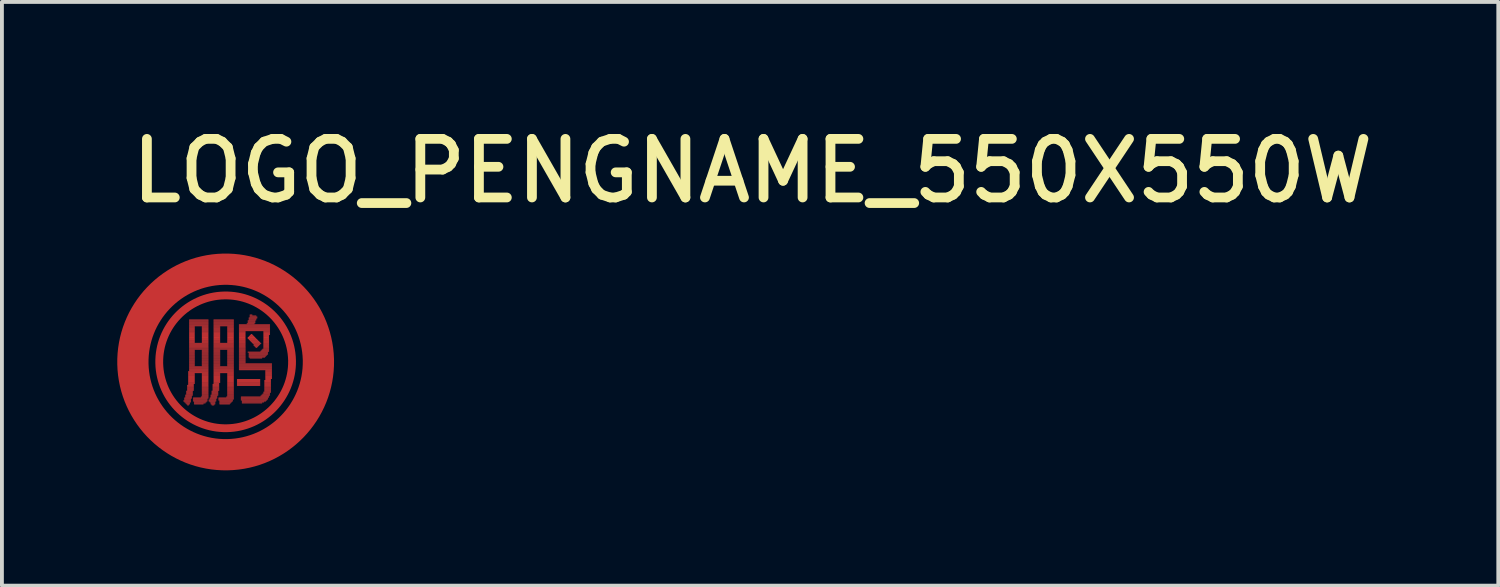
<source format=kicad_pcb>
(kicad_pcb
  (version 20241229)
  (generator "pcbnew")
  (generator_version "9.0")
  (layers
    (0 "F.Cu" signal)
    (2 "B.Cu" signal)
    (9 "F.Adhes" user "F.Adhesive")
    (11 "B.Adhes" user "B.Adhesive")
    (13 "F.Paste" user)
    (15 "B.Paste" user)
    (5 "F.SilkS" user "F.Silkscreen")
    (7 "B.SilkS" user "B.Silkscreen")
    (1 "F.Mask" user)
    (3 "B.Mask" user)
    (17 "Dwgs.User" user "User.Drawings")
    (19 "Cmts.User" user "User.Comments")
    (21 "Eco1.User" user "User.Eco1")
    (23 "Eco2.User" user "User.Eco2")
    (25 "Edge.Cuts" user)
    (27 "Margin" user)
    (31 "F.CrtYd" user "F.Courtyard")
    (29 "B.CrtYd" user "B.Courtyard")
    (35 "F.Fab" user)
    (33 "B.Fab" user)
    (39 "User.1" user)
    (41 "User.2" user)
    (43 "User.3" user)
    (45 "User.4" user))
  (footprint "LOGO_PENGNAME_550X550W"
    (layer "F.Cu")
    (at 2.819 6.363)
    (property "Reference" "LOGO_PENGNAME_550X550W" (at -2.578 -4.077 0) (unlocked yes) (layer "F.SilkS") (effects (font (size 1.524 1.524) (thickness 0.254)) (justify left bottom)))
    (attr allow_soldermask_bridges)
    (fp_line (start -1.092 1.016) (end -0.914 1.016) (stroke (width 0.025) (type solid)) (layer "F.Cu"))
    (fp_line (start -1.067 0.94) (end -0.889 0.94) (stroke (width 0.025) (type solid)) (layer "F.Cu"))
    (fp_line (start -1.067 0.965) (end -0.914 0.965) (stroke (width 0.025) (type solid)) (layer "F.Cu"))
    (fp_line (start -1.067 0.991) (end -0.914 0.991) (stroke (width 0.025) (type solid)) (layer "F.Cu"))
    (fp_line (start -1.067 1.041) (end -0.914 1.041) (stroke (width 0.025) (type solid)) (layer "F.Cu"))
    (fp_line (start -1.041 0.864) (end -0.864 0.864) (stroke (width 0.025) (type solid)) (layer "F.Cu"))
    (fp_line (start -1.041 0.889) (end -0.889 0.889) (stroke (width 0.025) (type solid)) (layer "F.Cu"))
    (fp_line (start -1.041 0.914) (end -0.889 0.914) (stroke (width 0.025) (type solid)) (layer "F.Cu"))
    (fp_line (start -1.041 1.067) (end -0.94 1.067) (stroke (width 0.025) (type solid)) (layer "F.Cu"))
    (fp_line (start -1.016 0.762) (end -0.864 0.762) (stroke (width 0.025) (type solid)) (layer "F.Cu"))
    (fp_line (start -1.016 0.787) (end -0.864 0.787) (stroke (width 0.025) (type solid)) (layer "F.Cu"))
    (fp_line (start -1.016 0.813) (end -0.864 0.813) (stroke (width 0.025) (type solid)) (layer "F.Cu"))
    (fp_line (start -1.016 0.838) (end -0.864 0.838) (stroke (width 0.025) (type solid)) (layer "F.Cu"))
    (fp_line (start -1.016 1.092) (end -0.94 1.092) (stroke (width 0.025) (type solid)) (layer "F.Cu"))
    (fp_line (start -0.991 0.61) (end -0.838 0.61) (stroke (width 0.025) (type solid)) (layer "F.Cu"))
    (fp_line (start -0.991 0.635) (end -0.838 0.635) (stroke (width 0.025) (type solid)) (layer "F.Cu"))
    (fp_line (start -0.991 0.66) (end -0.838 0.66) (stroke (width 0.025) (type solid)) (layer "F.Cu"))
    (fp_line (start -0.991 0.686) (end -0.838 0.686) (stroke (width 0.025) (type solid)) (layer "F.Cu"))
    (fp_line (start -0.991 0.711) (end -0.838 0.711) (stroke (width 0.025) (type solid)) (layer "F.Cu"))
    (fp_line (start -0.991 0.737) (end -0.838 0.737) (stroke (width 0.025) (type solid)) (layer "F.Cu"))
    (fp_line (start -0.991 1.118) (end -0.965 1.118) (stroke (width 0.025) (type solid)) (layer "F.Cu"))
    (fp_line (start -0.965 0.254) (end -0.457 0.254) (stroke (width 0.025) (type solid)) (layer "F.Cu"))
    (fp_line (start -0.965 0.279) (end -0.457 0.279) (stroke (width 0.025) (type solid)) (layer "F.Cu"))
    (fp_line (start -0.965 0.305) (end -0.813 0.305) (stroke (width 0.025) (type solid)) (layer "F.Cu"))
    (fp_line (start -0.965 0.33) (end -0.813 0.33) (stroke (width 0.025) (type solid)) (layer "F.Cu"))
    (fp_line (start -0.965 0.356) (end -0.813 0.356) (stroke (width 0.025) (type solid)) (layer "F.Cu"))
    (fp_line (start -0.965 0.381) (end -0.813 0.381) (stroke (width 0.025) (type solid)) (layer "F.Cu"))
    (fp_line (start -0.965 0.406) (end -0.813 0.406) (stroke (width 0.025) (type solid)) (layer "F.Cu"))
    (fp_line (start -0.965 0.432) (end -0.813 0.432) (stroke (width 0.025) (type solid)) (layer "F.Cu"))
    (fp_line (start -0.965 0.457) (end -0.813 0.457) (stroke (width 0.025) (type solid)) (layer "F.Cu"))
    (fp_line (start -0.965 0.483) (end -0.813 0.483) (stroke (width 0.025) (type solid)) (layer "F.Cu"))
    (fp_line (start -0.965 0.508) (end -0.813 0.508) (stroke (width 0.025) (type solid)) (layer "F.Cu"))
    (fp_line (start -0.965 0.533) (end -0.813 0.533) (stroke (width 0.025) (type solid)) (layer "F.Cu"))
    (fp_line (start -0.965 0.559) (end -0.813 0.559) (stroke (width 0.025) (type solid)) (layer "F.Cu"))
    (fp_line (start -0.965 0.584) (end -0.838 0.584) (stroke (width 0.025) (type solid)) (layer "F.Cu"))
    (fp_line (start -0.94 -1.092) (end -0.457 -1.092) (stroke (width 0.025) (type solid)) (layer "F.Cu"))
    (fp_line (start -0.94 -1.067) (end -0.457 -1.067) (stroke (width 0.025) (type solid)) (layer "F.Cu"))
    (fp_line (start -0.94 -1.041) (end -0.457 -1.041) (stroke (width 0.025) (type solid)) (layer "F.Cu"))
    (fp_line (start -0.94 -1.016) (end -0.457 -1.016) (stroke (width 0.025) (type solid)) (layer "F.Cu"))
    (fp_line (start -0.94 -0.991) (end -0.457 -0.991) (stroke (width 0.025) (type solid)) (layer "F.Cu"))
    (fp_line (start -0.94 -0.965) (end -0.457 -0.965) (stroke (width 0.025) (type solid)) (layer "F.Cu"))
    (fp_line (start -0.94 -0.94) (end -0.457 -0.94) (stroke (width 0.025) (type solid)) (layer "F.Cu"))
    (fp_line (start -0.94 -0.914) (end -0.813 -0.914) (stroke (width 0.025) (type solid)) (layer "F.Cu"))
    (fp_line (start -0.94 -0.889) (end -0.813 -0.889) (stroke (width 0.025) (type solid)) (layer "F.Cu"))
    (fp_line (start -0.94 -0.864) (end -0.813 -0.864) (stroke (width 0.025) (type solid)) (layer "F.Cu"))
    (fp_line (start -0.94 -0.838) (end -0.813 -0.838) (stroke (width 0.025) (type solid)) (layer "F.Cu"))
    (fp_line (start -0.94 -0.813) (end -0.813 -0.813) (stroke (width 0.025) (type solid)) (layer "F.Cu"))
    (fp_line (start -0.94 -0.787) (end -0.813 -0.787) (stroke (width 0.025) (type solid)) (layer "F.Cu"))
    (fp_line (start -0.94 -0.762) (end -0.813 -0.762) (stroke (width 0.025) (type solid)) (layer "F.Cu"))
    (fp_line (start -0.94 -0.737) (end -0.813 -0.737) (stroke (width 0.025) (type solid)) (layer "F.Cu"))
    (fp_line (start -0.94 -0.711) (end -0.813 -0.711) (stroke (width 0.025) (type solid)) (layer "F.Cu"))
    (fp_line (start -0.94 -0.686) (end -0.813 -0.686) (stroke (width 0.025) (type solid)) (layer "F.Cu"))
    (fp_line (start -0.94 -0.66) (end -0.813 -0.66) (stroke (width 0.025) (type solid)) (layer "F.Cu"))
    (fp_line (start -0.94 -0.635) (end -0.813 -0.635) (stroke (width 0.025) (type solid)) (layer "F.Cu"))
    (fp_line (start -0.94 -0.61) (end -0.813 -0.61) (stroke (width 0.025) (type solid)) (layer "F.Cu"))
    (fp_line (start -0.94 -0.584) (end -0.813 -0.584) (stroke (width 0.025) (type solid)) (layer "F.Cu"))
    (fp_line (start -0.94 -0.559) (end -0.813 -0.559) (stroke (width 0.025) (type solid)) (layer "F.Cu"))
    (fp_line (start -0.94 -0.533) (end -0.813 -0.533) (stroke (width 0.025) (type solid)) (layer "F.Cu"))
    (fp_line (start -0.94 -0.508) (end -0.813 -0.508) (stroke (width 0.025) (type solid)) (layer "F.Cu"))
    (fp_line (start -0.94 -0.483) (end -0.457 -0.483) (stroke (width 0.025) (type solid)) (layer "F.Cu"))
    (fp_line (start -0.94 -0.457) (end -0.457 -0.457) (stroke (width 0.025) (type solid)) (layer "F.Cu"))
    (fp_line (start -0.94 -0.432) (end -0.457 -0.432) (stroke (width 0.025) (type solid)) (layer "F.Cu"))
    (fp_line (start -0.94 -0.406) (end -0.457 -0.406) (stroke (width 0.025) (type solid)) (layer "F.Cu"))
    (fp_line (start -0.94 -0.381) (end -0.457 -0.381) (stroke (width 0.025) (type solid)) (layer "F.Cu"))
    (fp_line (start -0.94 -0.356) (end -0.457 -0.356) (stroke (width 0.025) (type solid)) (layer "F.Cu"))
    (fp_line (start -0.94 -0.33) (end -0.457 -0.33) (stroke (width 0.025) (type solid)) (layer "F.Cu"))
    (fp_line (start -0.94 -0.305) (end -0.813 -0.305) (stroke (width 0.025) (type solid)) (layer "F.Cu"))
    (fp_line (start -0.94 -0.279) (end -0.813 -0.279) (stroke (width 0.025) (type solid)) (layer "F.Cu"))
    (fp_line (start -0.94 -0.254) (end -0.813 -0.254) (stroke (width 0.025) (type solid)) (layer "F.Cu"))
    (fp_line (start -0.94 -0.229) (end -0.813 -0.229) (stroke (width 0.025) (type solid)) (layer "F.Cu"))
    (fp_line (start -0.94 -0.203) (end -0.813 -0.203) (stroke (width 0.025) (type solid)) (layer "F.Cu"))
    (fp_line (start -0.94 -0.178) (end -0.813 -0.178) (stroke (width 0.025) (type solid)) (layer "F.Cu"))
    (fp_line (start -0.94 -0.152) (end -0.813 -0.152) (stroke (width 0.025) (type solid)) (layer "F.Cu"))
    (fp_line (start -0.94 -0.127) (end -0.813 -0.127) (stroke (width 0.025) (type solid)) (layer "F.Cu"))
    (fp_line (start -0.94 -0.102) (end -0.813 -0.102) (stroke (width 0.025) (type solid)) (layer "F.Cu"))
    (fp_line (start -0.94 -0.076) (end -0.813 -0.076) (stroke (width 0.025) (type solid)) (layer "F.Cu"))
    (fp_line (start -0.94 -0.051) (end -0.813 -0.051) (stroke (width 0.025) (type solid)) (layer "F.Cu"))
    (fp_line (start -0.94 -0.025) (end -0.813 -0.025) (stroke (width 0.025) (type solid)) (layer "F.Cu"))
    (fp_line (start -0.94 0) (end -0.813 0) (stroke (width 0.025) (type solid)) (layer "F.Cu"))
    (fp_line (start -0.94 0.025) (end -0.813 0.025) (stroke (width 0.025) (type solid)) (layer "F.Cu"))
    (fp_line (start -0.94 0.051) (end -0.813 0.051) (stroke (width 0.025) (type solid)) (layer "F.Cu"))
    (fp_line (start -0.94 0.076) (end -0.813 0.076) (stroke (width 0.025) (type solid)) (layer "F.Cu"))
    (fp_line (start -0.94 0.102) (end -0.813 0.102) (stroke (width 0.025) (type solid)) (layer "F.Cu"))
    (fp_line (start -0.94 0.127) (end -0.457 0.127) (stroke (width 0.025) (type solid)) (layer "F.Cu"))
    (fp_line (start -0.94 0.152) (end -0.457 0.152) (stroke (width 0.025) (type solid)) (layer "F.Cu"))
    (fp_line (start -0.94 0.178) (end -0.457 0.178) (stroke (width 0.025) (type solid)) (layer "F.Cu"))
    (fp_line (start -0.94 0.203) (end -0.457 0.203) (stroke (width 0.025) (type solid)) (layer "F.Cu"))
    (fp_line (start -0.94 0.229) (end -0.457 0.229) (stroke (width 0.025) (type solid)) (layer "F.Cu"))
    (fp_line (start -0.838 0.94) (end -0.457 0.94) (stroke (width 0.025) (type solid)) (layer "F.Cu"))
    (fp_line (start -0.838 0.965) (end -0.483 0.965) (stroke (width 0.025) (type solid)) (layer "F.Cu"))
    (fp_line (start -0.838 0.991) (end -0.483 0.991) (stroke (width 0.025) (type solid)) (layer "F.Cu"))
    (fp_line (start -0.838 1.016) (end -0.483 1.016) (stroke (width 0.025) (type solid)) (layer "F.Cu"))
    (fp_line (start -0.813 1.041) (end -0.508 1.041) (stroke (width 0.025) (type solid)) (layer "F.Cu"))
    (fp_line (start -0.813 1.067) (end -0.533 1.067) (stroke (width 0.025) (type solid)) (layer "F.Cu"))
    (fp_line (start -0.813 1.092) (end -0.584 1.092) (stroke (width 0.025) (type solid)) (layer "F.Cu"))
    (fp_line (start -0.635 0.914) (end -0.457 0.914) (stroke (width 0.025) (type solid)) (layer "F.Cu"))
    (fp_line (start -0.61 -0.914) (end -0.457 -0.914) (stroke (width 0.025) (type solid)) (layer "F.Cu"))
    (fp_line (start -0.61 -0.889) (end -0.457 -0.889) (stroke (width 0.025) (type solid)) (layer "F.Cu"))
    (fp_line (start -0.61 -0.864) (end -0.457 -0.864) (stroke (width 0.025) (type solid)) (layer "F.Cu"))
    (fp_line (start -0.61 -0.838) (end -0.457 -0.838) (stroke (width 0.025) (type solid)) (layer "F.Cu"))
    (fp_line (start -0.61 -0.813) (end -0.457 -0.813) (stroke (width 0.025) (type solid)) (layer "F.Cu"))
    (fp_line (start -0.61 -0.787) (end -0.457 -0.787) (stroke (width 0.025) (type solid)) (layer "F.Cu"))
    (fp_line (start -0.61 -0.762) (end -0.457 -0.762) (stroke (width 0.025) (type solid)) (layer "F.Cu"))
    (fp_line (start -0.61 -0.737) (end -0.457 -0.737) (stroke (width 0.025) (type solid)) (layer "F.Cu"))
    (fp_line (start -0.61 -0.711) (end -0.457 -0.711) (stroke (width 0.025) (type solid)) (layer "F.Cu"))
    (fp_line (start -0.61 -0.686) (end -0.457 -0.686) (stroke (width 0.025) (type solid)) (layer "F.Cu"))
    (fp_line (start -0.61 -0.66) (end -0.457 -0.66) (stroke (width 0.025) (type solid)) (layer "F.Cu"))
    (fp_line (start -0.61 -0.635) (end -0.457 -0.635) (stroke (width 0.025) (type solid)) (layer "F.Cu"))
    (fp_line (start -0.61 -0.61) (end -0.457 -0.61) (stroke (width 0.025) (type solid)) (layer "F.Cu"))
    (fp_line (start -0.61 -0.584) (end -0.457 -0.584) (stroke (width 0.025) (type solid)) (layer "F.Cu"))
    (fp_line (start -0.61 -0.559) (end -0.457 -0.559) (stroke (width 0.025) (type solid)) (layer "F.Cu"))
    (fp_line (start -0.61 -0.533) (end -0.457 -0.533) (stroke (width 0.025) (type solid)) (layer "F.Cu"))
    (fp_line (start -0.61 -0.508) (end -0.457 -0.508) (stroke (width 0.025) (type solid)) (layer "F.Cu"))
    (fp_line (start -0.61 -0.305) (end -0.457 -0.305) (stroke (width 0.025) (type solid)) (layer "F.Cu"))
    (fp_line (start -0.61 -0.279) (end -0.457 -0.279) (stroke (width 0.025) (type solid)) (layer "F.Cu"))
    (fp_line (start -0.61 -0.254) (end -0.457 -0.254) (stroke (width 0.025) (type solid)) (layer "F.Cu"))
    (fp_line (start -0.61 -0.229) (end -0.457 -0.229) (stroke (width 0.025) (type solid)) (layer "F.Cu"))
    (fp_line (start -0.61 -0.203) (end -0.457 -0.203) (stroke (width 0.025) (type solid)) (layer "F.Cu"))
    (fp_line (start -0.61 -0.178) (end -0.457 -0.178) (stroke (width 0.025) (type solid)) (layer "F.Cu"))
    (fp_line (start -0.61 -0.152) (end -0.457 -0.152) (stroke (width 0.025) (type solid)) (layer "F.Cu"))
    (fp_line (start -0.61 -0.127) (end -0.457 -0.127) (stroke (width 0.025) (type solid)) (layer "F.Cu"))
    (fp_line (start -0.61 -0.102) (end -0.457 -0.102) (stroke (width 0.025) (type solid)) (layer "F.Cu"))
    (fp_line (start -0.61 -0.076) (end -0.457 -0.076) (stroke (width 0.025) (type solid)) (layer "F.Cu"))
    (fp_line (start -0.61 -0.051) (end -0.457 -0.051) (stroke (width 0.025) (type solid)) (layer "F.Cu"))
    (fp_line (start -0.61 -0.025) (end -0.457 -0.025) (stroke (width 0.025) (type solid)) (layer "F.Cu"))
    (fp_line (start -0.61 0) (end -0.457 0) (stroke (width 0.025) (type solid)) (layer "F.Cu"))
    (fp_line (start -0.61 0.025) (end -0.457 0.025) (stroke (width 0.025) (type solid)) (layer "F.Cu"))
    (fp_line (start -0.61 0.051) (end -0.457 0.051) (stroke (width 0.025) (type solid)) (layer "F.Cu"))
    (fp_line (start -0.61 0.076) (end -0.457 0.076) (stroke (width 0.025) (type solid)) (layer "F.Cu"))
    (fp_line (start -0.61 0.102) (end -0.457 0.102) (stroke (width 0.025) (type solid)) (layer "F.Cu"))
    (fp_line (start -0.61 0.305) (end -0.457 0.305) (stroke (width 0.025) (type solid)) (layer "F.Cu"))
    (fp_line (start -0.61 0.33) (end -0.457 0.33) (stroke (width 0.025) (type solid)) (layer "F.Cu"))
    (fp_line (start -0.61 0.356) (end -0.457 0.356) (stroke (width 0.025) (type solid)) (layer "F.Cu"))
    (fp_line (start -0.61 0.381) (end -0.457 0.381) (stroke (width 0.025) (type solid)) (layer "F.Cu"))
    (fp_line (start -0.61 0.406) (end -0.457 0.406) (stroke (width 0.025) (type solid)) (layer "F.Cu"))
    (fp_line (start -0.61 0.432) (end -0.457 0.432) (stroke (width 0.025) (type solid)) (layer "F.Cu"))
    (fp_line (start -0.61 0.457) (end -0.457 0.457) (stroke (width 0.025) (type solid)) (layer "F.Cu"))
    (fp_line (start -0.61 0.483) (end -0.457 0.483) (stroke (width 0.025) (type solid)) (layer "F.Cu"))
    (fp_line (start -0.61 0.508) (end -0.457 0.508) (stroke (width 0.025) (type solid)) (layer "F.Cu"))
    (fp_line (start -0.61 0.533) (end -0.457 0.533) (stroke (width 0.025) (type solid)) (layer "F.Cu"))
    (fp_line (start -0.61 0.559) (end -0.457 0.559) (stroke (width 0.025) (type solid)) (layer "F.Cu"))
    (fp_line (start -0.61 0.584) (end -0.457 0.584) (stroke (width 0.025) (type solid)) (layer "F.Cu"))
    (fp_line (start -0.61 0.61) (end -0.457 0.61) (stroke (width 0.025) (type solid)) (layer "F.Cu"))
    (fp_line (start -0.61 0.635) (end -0.457 0.635) (stroke (width 0.025) (type solid)) (layer "F.Cu"))
    (fp_line (start -0.61 0.66) (end -0.457 0.66) (stroke (width 0.025) (type solid)) (layer "F.Cu"))
    (fp_line (start -0.61 0.686) (end -0.457 0.686) (stroke (width 0.025) (type solid)) (layer "F.Cu"))
    (fp_line (start -0.61 0.711) (end -0.457 0.711) (stroke (width 0.025) (type solid)) (layer "F.Cu"))
    (fp_line (start -0.61 0.737) (end -0.457 0.737) (stroke (width 0.025) (type solid)) (layer "F.Cu"))
    (fp_line (start -0.61 0.762) (end -0.457 0.762) (stroke (width 0.025) (type solid)) (layer "F.Cu"))
    (fp_line (start -0.61 0.787) (end -0.457 0.787) (stroke (width 0.025) (type solid)) (layer "F.Cu"))
    (fp_line (start -0.61 0.813) (end -0.457 0.813) (stroke (width 0.025) (type solid)) (layer "F.Cu"))
    (fp_line (start -0.61 0.838) (end -0.457 0.838) (stroke (width 0.025) (type solid)) (layer "F.Cu"))
    (fp_line (start -0.61 0.864) (end -0.457 0.864) (stroke (width 0.025) (type solid)) (layer "F.Cu"))
    (fp_line (start -0.61 0.889) (end -0.457 0.889) (stroke (width 0.025) (type solid)) (layer "F.Cu"))
    (fp_line (start -0.432 0.991) (end -0.254 0.991) (stroke (width 0.025) (type solid)) (layer "F.Cu"))
    (fp_line (start -0.432 1.016) (end -0.254 1.016) (stroke (width 0.025) (type solid)) (layer "F.Cu"))
    (fp_line (start -0.406 0.94) (end -0.229 0.94) (stroke (width 0.025) (type solid)) (layer "F.Cu"))
    (fp_line (start -0.406 0.965) (end -0.254 0.965) (stroke (width 0.025) (type solid)) (layer "F.Cu"))
    (fp_line (start -0.406 1.041) (end -0.279 1.041) (stroke (width 0.025) (type solid)) (layer "F.Cu"))
    (fp_line (start -0.381 0.864) (end -0.203 0.864) (stroke (width 0.025) (type solid)) (layer "F.Cu"))
    (fp_line (start -0.381 0.889) (end -0.229 0.889) (stroke (width 0.025) (type solid)) (layer "F.Cu"))
    (fp_line (start -0.381 0.914) (end -0.229 0.914) (stroke (width 0.025) (type solid)) (layer "F.Cu"))
    (fp_line (start -0.381 1.067) (end -0.279 1.067) (stroke (width 0.025) (type solid)) (layer "F.Cu"))
    (fp_line (start -0.381 1.092) (end -0.279 1.092) (stroke (width 0.025) (type solid)) (layer "F.Cu"))
    (fp_line (start -0.356 0.762) (end -0.203 0.762) (stroke (width 0.025) (type solid)) (layer "F.Cu"))
    (fp_line (start -0.356 0.787) (end -0.203 0.787) (stroke (width 0.025) (type solid)) (layer "F.Cu"))
    (fp_line (start -0.356 0.813) (end -0.203 0.813) (stroke (width 0.025) (type solid)) (layer "F.Cu"))
    (fp_line (start -0.356 0.838) (end -0.203 0.838) (stroke (width 0.025) (type solid)) (layer "F.Cu"))
    (fp_line (start -0.356 1.118) (end -0.305 1.118) (stroke (width 0.025) (type solid)) (layer "F.Cu"))
    (fp_line (start -0.33 0.584) (end -0.178 0.584) (stroke (width 0.025) (type solid)) (layer "F.Cu"))
    (fp_line (start -0.33 0.61) (end -0.178 0.61) (stroke (width 0.025) (type solid)) (layer "F.Cu"))
    (fp_line (start -0.33 0.635) (end -0.178 0.635) (stroke (width 0.025) (type solid)) (layer "F.Cu"))
    (fp_line (start -0.33 0.66) (end -0.178 0.66) (stroke (width 0.025) (type solid)) (layer "F.Cu"))
    (fp_line (start -0.33 0.686) (end -0.178 0.686) (stroke (width 0.025) (type solid)) (layer "F.Cu"))
    (fp_line (start -0.33 0.711) (end -0.178 0.711) (stroke (width 0.025) (type solid)) (layer "F.Cu"))
    (fp_line (start -0.33 0.737) (end -0.178 0.737) (stroke (width 0.025) (type solid)) (layer "F.Cu"))
    (fp_line (start -0.305 -1.092) (end 0.203 -1.092) (stroke (width 0.025) (type solid)) (layer "F.Cu"))
    (fp_line (start -0.305 -1.067) (end 0.203 -1.067) (stroke (width 0.025) (type solid)) (layer "F.Cu"))
    (fp_line (start -0.305 -1.041) (end 0.203 -1.041) (stroke (width 0.025) (type solid)) (layer "F.Cu"))
    (fp_line (start -0.305 -1.016) (end 0.203 -1.016) (stroke (width 0.025) (type solid)) (layer "F.Cu"))
    (fp_line (start -0.305 -0.991) (end 0.203 -0.991) (stroke (width 0.025) (type solid)) (layer "F.Cu"))
    (fp_line (start -0.305 -0.965) (end 0.203 -0.965) (stroke (width 0.025) (type solid)) (layer "F.Cu"))
    (fp_line (start -0.305 -0.94) (end 0.203 -0.94) (stroke (width 0.025) (type solid)) (layer "F.Cu"))
    (fp_line (start -0.305 -0.914) (end -0.152 -0.914) (stroke (width 0.025) (type solid)) (layer "F.Cu"))
    (fp_line (start -0.305 -0.889) (end -0.152 -0.889) (stroke (width 0.025) (type solid)) (layer "F.Cu"))
    (fp_line (start -0.305 -0.864) (end -0.152 -0.864) (stroke (width 0.025) (type solid)) (layer "F.Cu"))
    (fp_line (start -0.305 -0.838) (end -0.152 -0.838) (stroke (width 0.025) (type solid)) (layer "F.Cu"))
    (fp_line (start -0.305 -0.813) (end -0.152 -0.813) (stroke (width 0.025) (type solid)) (layer "F.Cu"))
    (fp_line (start -0.305 -0.787) (end -0.152 -0.787) (stroke (width 0.025) (type solid)) (layer "F.Cu"))
    (fp_line (start -0.305 -0.762) (end -0.152 -0.762) (stroke (width 0.025) (type solid)) (layer "F.Cu"))
    (fp_line (start -0.305 -0.737) (end -0.152 -0.737) (stroke (width 0.025) (type solid)) (layer "F.Cu"))
    (fp_line (start -0.305 -0.711) (end -0.152 -0.711) (stroke (width 0.025) (type solid)) (layer "F.Cu"))
    (fp_line (start -0.305 -0.686) (end -0.152 -0.686) (stroke (width 0.025) (type solid)) (layer "F.Cu"))
    (fp_line (start -0.305 -0.66) (end -0.152 -0.66) (stroke (width 0.025) (type solid)) (layer "F.Cu"))
    (fp_line (start -0.305 -0.635) (end -0.152 -0.635) (stroke (width 0.025) (type solid)) (layer "F.Cu"))
    (fp_line (start -0.305 -0.61) (end -0.152 -0.61) (stroke (width 0.025) (type solid)) (layer "F.Cu"))
    (fp_line (start -0.305 -0.584) (end -0.152 -0.584) (stroke (width 0.025) (type solid)) (layer "F.Cu"))
    (fp_line (start -0.305 -0.559) (end -0.152 -0.559) (stroke (width 0.025) (type solid)) (layer "F.Cu"))
    (fp_line (start -0.305 -0.533) (end -0.152 -0.533) (stroke (width 0.025) (type solid)) (layer "F.Cu"))
    (fp_line (start -0.305 -0.508) (end -0.152 -0.508) (stroke (width 0.025) (type solid)) (layer "F.Cu"))
    (fp_line (start -0.305 -0.483) (end 0.203 -0.483) (stroke (width 0.025) (type solid)) (layer "F.Cu"))
    (fp_line (start -0.305 -0.457) (end 0.203 -0.457) (stroke (width 0.025) (type solid)) (layer "F.Cu"))
    (fp_line (start -0.305 -0.432) (end 0.203 -0.432) (stroke (width 0.025) (type solid)) (layer "F.Cu"))
    (fp_line (start -0.305 -0.406) (end 0.203 -0.406) (stroke (width 0.025) (type solid)) (layer "F.Cu"))
    (fp_line (start -0.305 -0.381) (end 0.203 -0.381) (stroke (width 0.025) (type solid)) (layer "F.Cu"))
    (fp_line (start -0.305 -0.356) (end 0.203 -0.356) (stroke (width 0.025) (type solid)) (layer "F.Cu"))
    (fp_line (start -0.305 -0.33) (end 0.203 -0.33) (stroke (width 0.025) (type solid)) (layer "F.Cu"))
    (fp_line (start -0.305 -0.305) (end -0.152 -0.305) (stroke (width 0.025) (type solid)) (layer "F.Cu"))
    (fp_line (start -0.305 -0.279) (end -0.152 -0.279) (stroke (width 0.025) (type solid)) (layer "F.Cu"))
    (fp_line (start -0.305 -0.254) (end -0.152 -0.254) (stroke (width 0.025) (type solid)) (layer "F.Cu"))
    (fp_line (start -0.305 -0.229) (end -0.152 -0.229) (stroke (width 0.025) (type solid)) (layer "F.Cu"))
    (fp_line (start -0.305 -0.203) (end -0.152 -0.203) (stroke (width 0.025) (type solid)) (layer "F.Cu"))
    (fp_line (start -0.305 -0.178) (end -0.152 -0.178) (stroke (width 0.025) (type solid)) (layer "F.Cu"))
    (fp_line (start -0.305 -0.152) (end -0.152 -0.152) (stroke (width 0.025) (type solid)) (layer "F.Cu"))
    (fp_line (start -0.305 -0.127) (end -0.152 -0.127) (stroke (width 0.025) (type solid)) (layer "F.Cu"))
    (fp_line (start -0.305 -0.102) (end -0.152 -0.102) (stroke (width 0.025) (type solid)) (layer "F.Cu"))
    (fp_line (start -0.305 -0.076) (end -0.152 -0.076) (stroke (width 0.025) (type solid)) (layer "F.Cu"))
    (fp_line (start -0.305 -0.051) (end -0.152 -0.051) (stroke (width 0.025) (type solid)) (layer "F.Cu"))
    (fp_line (start -0.305 -0.025) (end -0.152 -0.025) (stroke (width 0.025) (type solid)) (layer "F.Cu"))
    (fp_line (start -0.305 0) (end -0.152 0) (stroke (width 0.025) (type solid)) (layer "F.Cu"))
    (fp_line (start -0.305 0.025) (end -0.152 0.025) (stroke (width 0.025) (type solid)) (layer "F.Cu"))
    (fp_line (start -0.305 0.051) (end -0.152 0.051) (stroke (width 0.025) (type solid)) (layer "F.Cu"))
    (fp_line (start -0.305 0.076) (end -0.152 0.076) (stroke (width 0.025) (type solid)) (layer "F.Cu"))
    (fp_line (start -0.305 0.102) (end -0.152 0.102) (stroke (width 0.025) (type solid)) (layer "F.Cu"))
    (fp_line (start -0.305 0.127) (end 0.203 0.127) (stroke (width 0.025) (type solid)) (layer "F.Cu"))
    (fp_line (start -0.305 0.152) (end 0.203 0.152) (stroke (width 0.025) (type solid)) (layer "F.Cu"))
    (fp_line (start -0.305 0.178) (end 0.203 0.178) (stroke (width 0.025) (type solid)) (layer "F.Cu"))
    (fp_line (start -0.305 0.203) (end 0.203 0.203) (stroke (width 0.025) (type solid)) (layer "F.Cu"))
    (fp_line (start -0.305 0.229) (end 0.203 0.229) (stroke (width 0.025) (type solid)) (layer "F.Cu"))
    (fp_line (start -0.305 0.254) (end 0.203 0.254) (stroke (width 0.025) (type solid)) (layer "F.Cu"))
    (fp_line (start -0.305 0.279) (end 0.203 0.279) (stroke (width 0.025) (type solid)) (layer "F.Cu"))
    (fp_line (start -0.305 0.305) (end -0.152 0.305) (stroke (width 0.025) (type solid)) (layer "F.Cu"))
    (fp_line (start -0.305 0.33) (end -0.152 0.33) (stroke (width 0.025) (type solid)) (layer "F.Cu"))
    (fp_line (start -0.305 0.356) (end -0.152 0.356) (stroke (width 0.025) (type solid)) (layer "F.Cu"))
    (fp_line (start -0.305 0.381) (end -0.152 0.381) (stroke (width 0.025) (type solid)) (layer "F.Cu"))
    (fp_line (start -0.305 0.406) (end -0.152 0.406) (stroke (width 0.025) (type solid)) (layer "F.Cu"))
    (fp_line (start -0.305 0.432) (end -0.152 0.432) (stroke (width 0.025) (type solid)) (layer "F.Cu"))
    (fp_line (start -0.305 0.457) (end -0.152 0.457) (stroke (width 0.025) (type solid)) (layer "F.Cu"))
    (fp_line (start -0.305 0.483) (end -0.152 0.483) (stroke (width 0.025) (type solid)) (layer "F.Cu"))
    (fp_line (start -0.305 0.508) (end -0.152 0.508) (stroke (width 0.025) (type solid)) (layer "F.Cu"))
    (fp_line (start -0.305 0.533) (end -0.152 0.533) (stroke (width 0.025) (type solid)) (layer "F.Cu"))
    (fp_line (start -0.305 0.559) (end -0.178 0.559) (stroke (width 0.025) (type solid)) (layer "F.Cu"))
    (fp_line (start -0.178 0.94) (end 0.203 0.94) (stroke (width 0.025) (type solid)) (layer "F.Cu"))
    (fp_line (start -0.178 0.965) (end 0.203 0.965) (stroke (width 0.025) (type solid)) (layer "F.Cu"))
    (fp_line (start -0.178 0.991) (end 0.178 0.991) (stroke (width 0.025) (type solid)) (layer "F.Cu"))
    (fp_line (start -0.152 1.016) (end 0.178 1.016) (stroke (width 0.025) (type solid)) (layer "F.Cu"))
    (fp_line (start -0.152 1.041) (end 0.152 1.041) (stroke (width 0.025) (type solid)) (layer "F.Cu"))
    (fp_line (start -0.152 1.067) (end 0.127 1.067) (stroke (width 0.025) (type solid)) (layer "F.Cu"))
    (fp_line (start -0.152 1.092) (end 0.102 1.092) (stroke (width 0.025) (type solid)) (layer "F.Cu"))
    (fp_line (start 0.025 0.914) (end 0.203 0.914) (stroke (width 0.025) (type solid)) (layer "F.Cu"))
    (fp_line (start 0.051 -0.914) (end 0.203 -0.914) (stroke (width 0.025) (type solid)) (layer "F.Cu"))
    (fp_line (start 0.051 -0.889) (end 0.203 -0.889) (stroke (width 0.025) (type solid)) (layer "F.Cu"))
    (fp_line (start 0.051 -0.864) (end 0.203 -0.864) (stroke (width 0.025) (type solid)) (layer "F.Cu"))
    (fp_line (start 0.051 -0.838) (end 0.203 -0.838) (stroke (width 0.025) (type solid)) (layer "F.Cu"))
    (fp_line (start 0.051 -0.813) (end 0.203 -0.813) (stroke (width 0.025) (type solid)) (layer "F.Cu"))
    (fp_line (start 0.051 -0.787) (end 0.203 -0.787) (stroke (width 0.025) (type solid)) (layer "F.Cu"))
    (fp_line (start 0.051 -0.762) (end 0.203 -0.762) (stroke (width 0.025) (type solid)) (layer "F.Cu"))
    (fp_line (start 0.051 -0.737) (end 0.203 -0.737) (stroke (width 0.025) (type solid)) (layer "F.Cu"))
    (fp_line (start 0.051 -0.711) (end 0.203 -0.711) (stroke (width 0.025) (type solid)) (layer "F.Cu"))
    (fp_line (start 0.051 -0.686) (end 0.203 -0.686) (stroke (width 0.025) (type solid)) (layer "F.Cu"))
    (fp_line (start 0.051 -0.66) (end 0.203 -0.66) (stroke (width 0.025) (type solid)) (layer "F.Cu"))
    (fp_line (start 0.051 -0.635) (end 0.203 -0.635) (stroke (width 0.025) (type solid)) (layer "F.Cu"))
    (fp_line (start 0.051 -0.61) (end 0.203 -0.61) (stroke (width 0.025) (type solid)) (layer "F.Cu"))
    (fp_line (start 0.051 -0.584) (end 0.203 -0.584) (stroke (width 0.025) (type solid)) (layer "F.Cu"))
    (fp_line (start 0.051 -0.559) (end 0.203 -0.559) (stroke (width 0.025) (type solid)) (layer "F.Cu"))
    (fp_line (start 0.051 -0.533) (end 0.203 -0.533) (stroke (width 0.025) (type solid)) (layer "F.Cu"))
    (fp_line (start 0.051 -0.508) (end 0.203 -0.508) (stroke (width 0.025) (type solid)) (layer "F.Cu"))
    (fp_line (start 0.051 -0.305) (end 0.203 -0.305) (stroke (width 0.025) (type solid)) (layer "F.Cu"))
    (fp_line (start 0.051 -0.279) (end 0.203 -0.279) (stroke (width 0.025) (type solid)) (layer "F.Cu"))
    (fp_line (start 0.051 -0.254) (end 0.203 -0.254) (stroke (width 0.025) (type solid)) (layer "F.Cu"))
    (fp_line (start 0.051 -0.229) (end 0.203 -0.229) (stroke (width 0.025) (type solid)) (layer "F.Cu"))
    (fp_line (start 0.051 -0.203) (end 0.203 -0.203) (stroke (width 0.025) (type solid)) (layer "F.Cu"))
    (fp_line (start 0.051 -0.178) (end 0.203 -0.178) (stroke (width 0.025) (type solid)) (layer "F.Cu"))
    (fp_line (start 0.051 -0.152) (end 0.203 -0.152) (stroke (width 0.025) (type solid)) (layer "F.Cu"))
    (fp_line (start 0.051 -0.127) (end 0.203 -0.127) (stroke (width 0.025) (type solid)) (layer "F.Cu"))
    (fp_line (start 0.051 -0.102) (end 0.203 -0.102) (stroke (width 0.025) (type solid)) (layer "F.Cu"))
    (fp_line (start 0.051 -0.076) (end 0.203 -0.076) (stroke (width 0.025) (type solid)) (layer "F.Cu"))
    (fp_line (start 0.051 -0.051) (end 0.203 -0.051) (stroke (width 0.025) (type solid)) (layer "F.Cu"))
    (fp_line (start 0.051 -0.025) (end 0.203 -0.025) (stroke (width 0.025) (type solid)) (layer "F.Cu"))
    (fp_line (start 0.051 0) (end 0.203 0) (stroke (width 0.025) (type solid)) (layer "F.Cu"))
    (fp_line (start 0.051 0.025) (end 0.203 0.025) (stroke (width 0.025) (type solid)) (layer "F.Cu"))
    (fp_line (start 0.051 0.051) (end 0.203 0.051) (stroke (width 0.025) (type solid)) (layer "F.Cu"))
    (fp_line (start 0.051 0.076) (end 0.203 0.076) (stroke (width 0.025) (type solid)) (layer "F.Cu"))
    (fp_line (start 0.051 0.102) (end 0.203 0.102) (stroke (width 0.025) (type solid)) (layer "F.Cu"))
    (fp_line (start 0.051 0.305) (end 0.203 0.305) (stroke (width 0.025) (type solid)) (layer "F.Cu"))
    (fp_line (start 0.051 0.33) (end 0.203 0.33) (stroke (width 0.025) (type solid)) (layer "F.Cu"))
    (fp_line (start 0.051 0.356) (end 0.203 0.356) (stroke (width 0.025) (type solid)) (layer "F.Cu"))
    (fp_line (start 0.051 0.381) (end 0.203 0.381) (stroke (width 0.025) (type solid)) (layer "F.Cu"))
    (fp_line (start 0.051 0.406) (end 0.203 0.406) (stroke (width 0.025) (type solid)) (layer "F.Cu"))
    (fp_line (start 0.051 0.432) (end 0.203 0.432) (stroke (width 0.025) (type solid)) (layer "F.Cu"))
    (fp_line (start 0.051 0.457) (end 0.203 0.457) (stroke (width 0.025) (type solid)) (layer "F.Cu"))
    (fp_line (start 0.051 0.483) (end 0.203 0.483) (stroke (width 0.025) (type solid)) (layer "F.Cu"))
    (fp_line (start 0.051 0.508) (end 0.203 0.508) (stroke (width 0.025) (type solid)) (layer "F.Cu"))
    (fp_line (start 0.051 0.533) (end 0.203 0.533) (stroke (width 0.025) (type solid)) (layer "F.Cu"))
    (fp_line (start 0.051 0.559) (end 0.203 0.559) (stroke (width 0.025) (type solid)) (layer "F.Cu"))
    (fp_line (start 0.051 0.584) (end 0.203 0.584) (stroke (width 0.025) (type solid)) (layer "F.Cu"))
    (fp_line (start 0.051 0.61) (end 0.203 0.61) (stroke (width 0.025) (type solid)) (layer "F.Cu"))
    (fp_line (start 0.051 0.635) (end 0.203 0.635) (stroke (width 0.025) (type solid)) (layer "F.Cu"))
    (fp_line (start 0.051 0.66) (end 0.203 0.66) (stroke (width 0.025) (type solid)) (layer "F.Cu"))
    (fp_line (start 0.051 0.686) (end 0.203 0.686) (stroke (width 0.025) (type solid)) (layer "F.Cu"))
    (fp_line (start 0.051 0.711) (end 0.203 0.711) (stroke (width 0.025) (type solid)) (layer "F.Cu"))
    (fp_line (start 0.051 0.737) (end 0.203 0.737) (stroke (width 0.025) (type solid)) (layer "F.Cu"))
    (fp_line (start 0.051 0.762) (end 0.203 0.762) (stroke (width 0.025) (type solid)) (layer "F.Cu"))
    (fp_line (start 0.051 0.787) (end 0.203 0.787) (stroke (width 0.025) (type solid)) (layer "F.Cu"))
    (fp_line (start 0.051 0.813) (end 0.203 0.813) (stroke (width 0.025) (type solid)) (layer "F.Cu"))
    (fp_line (start 0.051 0.838) (end 0.203 0.838) (stroke (width 0.025) (type solid)) (layer "F.Cu"))
    (fp_line (start 0.051 0.864) (end 0.203 0.864) (stroke (width 0.025) (type solid)) (layer "F.Cu"))
    (fp_line (start 0.051 0.889) (end 0.203 0.889) (stroke (width 0.025) (type solid)) (layer "F.Cu"))
    (fp_line (start 0.305 0.457) (end 0.889 0.457) (stroke (width 0.025) (type solid)) (layer "F.Cu"))
    (fp_line (start 0.305 0.483) (end 0.889 0.483) (stroke (width 0.025) (type solid)) (layer "F.Cu"))
    (fp_line (start 0.305 0.508) (end 0.889 0.508) (stroke (width 0.025) (type solid)) (layer "F.Cu"))
    (fp_line (start 0.305 0.533) (end 0.889 0.533) (stroke (width 0.025) (type solid)) (layer "F.Cu"))
    (fp_line (start 0.305 0.559) (end 0.889 0.559) (stroke (width 0.025) (type solid)) (layer "F.Cu"))
    (fp_line (start 0.305 0.584) (end 0.889 0.584) (stroke (width 0.025) (type solid)) (layer "F.Cu"))
    (fp_line (start 0.305 0.61) (end 0.889 0.61) (stroke (width 0.025) (type solid)) (layer "F.Cu"))
    (fp_line (start 0.356 -0.965) (end 1.143 -0.965) (stroke (width 0.025) (type solid)) (layer "F.Cu"))
    (fp_line (start 0.356 -0.94) (end 1.143 -0.94) (stroke (width 0.025) (type solid)) (layer "F.Cu"))
    (fp_line (start 0.356 -0.914) (end 1.143 -0.914) (stroke (width 0.025) (type solid)) (layer "F.Cu"))
    (fp_line (start 0.356 -0.889) (end 1.143 -0.889) (stroke (width 0.025) (type solid)) (layer "F.Cu"))
    (fp_line (start 0.356 -0.864) (end 1.143 -0.864) (stroke (width 0.025) (type solid)) (layer "F.Cu"))
    (fp_line (start 0.356 -0.838) (end 1.143 -0.838) (stroke (width 0.025) (type solid)) (layer "F.Cu"))
    (fp_line (start 0.356 -0.813) (end 1.143 -0.813) (stroke (width 0.025) (type solid)) (layer "F.Cu"))
    (fp_line (start 0.356 -0.787) (end 0.508 -0.787) (stroke (width 0.025) (type solid)) (layer "F.Cu"))
    (fp_line (start 0.356 -0.762) (end 0.508 -0.762) (stroke (width 0.025) (type solid)) (layer "F.Cu"))
    (fp_line (start 0.356 -0.737) (end 0.508 -0.737) (stroke (width 0.025) (type solid)) (layer "F.Cu"))
    (fp_line (start 0.356 -0.711) (end 0.508 -0.711) (stroke (width 0.025) (type solid)) (layer "F.Cu"))
    (fp_line (start 0.356 -0.686) (end 0.508 -0.686) (stroke (width 0.025) (type solid)) (layer "F.Cu"))
    (fp_line (start 0.356 -0.66) (end 0.508 -0.66) (stroke (width 0.025) (type solid)) (layer "F.Cu"))
    (fp_line (start 0.356 -0.635) (end 0.508 -0.635) (stroke (width 0.025) (type solid)) (layer "F.Cu"))
    (fp_line (start 0.356 -0.61) (end 0.508 -0.61) (stroke (width 0.025) (type solid)) (layer "F.Cu"))
    (fp_line (start 0.356 -0.584) (end 0.508 -0.584) (stroke (width 0.025) (type solid)) (layer "F.Cu"))
    (fp_line (start 0.356 -0.559) (end 0.508 -0.559) (stroke (width 0.025) (type solid)) (layer "F.Cu"))
    (fp_line (start 0.356 -0.533) (end 0.508 -0.533) (stroke (width 0.025) (type solid)) (layer "F.Cu"))
    (fp_line (start 0.356 -0.508) (end 0.508 -0.508) (stroke (width 0.025) (type solid)) (layer "F.Cu"))
    (fp_line (start 0.356 -0.483) (end 0.508 -0.483) (stroke (width 0.025) (type solid)) (layer "F.Cu"))
    (fp_line (start 0.356 -0.457) (end 0.508 -0.457) (stroke (width 0.025) (type solid)) (layer "F.Cu"))
    (fp_line (start 0.356 -0.432) (end 0.508 -0.432) (stroke (width 0.025) (type solid)) (layer "F.Cu"))
    (fp_line (start 0.356 -0.406) (end 0.508 -0.406) (stroke (width 0.025) (type solid)) (layer "F.Cu"))
    (fp_line (start 0.356 -0.381) (end 0.508 -0.381) (stroke (width 0.025) (type solid)) (layer "F.Cu"))
    (fp_line (start 0.356 -0.356) (end 0.508 -0.356) (stroke (width 0.025) (type solid)) (layer "F.Cu"))
    (fp_line (start 0.356 -0.33) (end 0.508 -0.33) (stroke (width 0.025) (type solid)) (layer "F.Cu"))
    (fp_line (start 0.356 -0.305) (end 0.508 -0.305) (stroke (width 0.025) (type solid)) (layer "F.Cu"))
    (fp_line (start 0.356 -0.279) (end 0.508 -0.279) (stroke (width 0.025) (type solid)) (layer "F.Cu"))
    (fp_line (start 0.356 -0.254) (end 0.508 -0.254) (stroke (width 0.025) (type solid)) (layer "F.Cu"))
    (fp_line (start 0.356 -0.229) (end 0.508 -0.229) (stroke (width 0.025) (type solid)) (layer "F.Cu"))
    (fp_line (start 0.356 -0.203) (end 0.508 -0.203) (stroke (width 0.025) (type solid)) (layer "F.Cu"))
    (fp_line (start 0.356 -0.178) (end 0.508 -0.178) (stroke (width 0.025) (type solid)) (layer "F.Cu"))
    (fp_line (start 0.356 -0.152) (end 0.508 -0.152) (stroke (width 0.025) (type solid)) (layer "F.Cu"))
    (fp_line (start 0.356 -0.127) (end 0.508 -0.127) (stroke (width 0.025) (type solid)) (layer "F.Cu"))
    (fp_line (start 0.356 -0.102) (end 0.508 -0.102) (stroke (width 0.025) (type solid)) (layer "F.Cu"))
    (fp_line (start 0.356 -0.076) (end 0.508 -0.076) (stroke (width 0.025) (type solid)) (layer "F.Cu"))
    (fp_line (start 0.356 -0.051) (end 0.508 -0.051) (stroke (width 0.025) (type solid)) (layer "F.Cu"))
    (fp_line (start 0.356 -0.025) (end 0.508 -0.025) (stroke (width 0.025) (type solid)) (layer "F.Cu"))
    (fp_line (start 0.356 0) (end 0.508 0) (stroke (width 0.025) (type solid)) (layer "F.Cu"))
    (fp_line (start 0.356 0.025) (end 0.508 0.025) (stroke (width 0.025) (type solid)) (layer "F.Cu"))
    (fp_line (start 0.356 0.051) (end 1.194 0.051) (stroke (width 0.025) (type solid)) (layer "F.Cu"))
    (fp_line (start 0.356 0.076) (end 1.194 0.076) (stroke (width 0.025) (type solid)) (layer "F.Cu"))
    (fp_line (start 0.356 0.102) (end 1.194 0.102) (stroke (width 0.025) (type solid)) (layer "F.Cu"))
    (fp_line (start 0.356 0.127) (end 1.194 0.127) (stroke (width 0.025) (type solid)) (layer "F.Cu"))
    (fp_line (start 0.356 0.152) (end 1.194 0.152) (stroke (width 0.025) (type solid)) (layer "F.Cu"))
    (fp_line (start 0.356 0.178) (end 1.194 0.178) (stroke (width 0.025) (type solid)) (layer "F.Cu"))
    (fp_line (start 0.356 0.203) (end 1.194 0.203) (stroke (width 0.025) (type solid)) (layer "F.Cu"))
    (fp_line (start 0.406 0.914) (end 1.118 0.914) (stroke (width 0.025) (type solid)) (layer "F.Cu"))
    (fp_line (start 0.406 0.94) (end 1.092 0.94) (stroke (width 0.025) (type solid)) (layer "F.Cu"))
    (fp_line (start 0.406 0.965) (end 1.092 0.965) (stroke (width 0.025) (type solid)) (layer "F.Cu"))
    (fp_line (start 0.406 0.991) (end 1.067 0.991) (stroke (width 0.025) (type solid)) (layer "F.Cu"))
    (fp_line (start 0.432 1.016) (end 1.041 1.016) (stroke (width 0.025) (type solid)) (layer "F.Cu"))
    (fp_line (start 0.432 1.041) (end 0.991 1.041) (stroke (width 0.025) (type solid)) (layer "F.Cu"))
    (fp_line (start 0.432 1.067) (end 0.94 1.067) (stroke (width 0.025) (type solid)) (layer "F.Cu"))
    (fp_line (start 0.559 -0.991) (end 0.737 -0.991) (stroke (width 0.025) (type solid)) (layer "F.Cu"))
    (fp_line (start 0.584 -1.067) (end 0.762 -1.067) (stroke (width 0.025) (type solid)) (layer "F.Cu"))
    (fp_line (start 0.584 -1.041) (end 0.762 -1.041) (stroke (width 0.025) (type solid)) (layer "F.Cu"))
    (fp_line (start 0.584 -1.016) (end 0.762 -1.016) (stroke (width 0.025) (type solid)) (layer "F.Cu"))
    (fp_line (start 0.584 -0.635) (end 0.762 -0.635) (stroke (width 0.025) (type solid)) (layer "F.Cu"))
    (fp_line (start 0.584 -0.61) (end 0.787 -0.61) (stroke (width 0.025) (type solid)) (layer "F.Cu"))
    (fp_line (start 0.584 -0.254) (end 1.092 -0.254) (stroke (width 0.025) (type solid)) (layer "F.Cu"))
    (fp_line (start 0.61 -1.143) (end 0.813 -1.143) (stroke (width 0.025) (type solid)) (layer "F.Cu"))
    (fp_line (start 0.61 -1.118) (end 0.787 -1.118) (stroke (width 0.025) (type solid)) (layer "F.Cu"))
    (fp_line (start 0.61 -1.092) (end 0.787 -1.092) (stroke (width 0.025) (type solid)) (layer "F.Cu"))
    (fp_line (start 0.61 -0.66) (end 0.737 -0.66) (stroke (width 0.025) (type solid)) (layer "F.Cu"))
    (fp_line (start 0.61 -0.584) (end 0.813 -0.584) (stroke (width 0.025) (type solid)) (layer "F.Cu"))
    (fp_line (start 0.61 -0.229) (end 1.092 -0.229) (stroke (width 0.025) (type solid)) (layer "F.Cu"))
    (fp_line (start 0.61 -0.203) (end 1.092 -0.203) (stroke (width 0.025) (type solid)) (layer "F.Cu"))
    (fp_line (start 0.61 -0.178) (end 1.067 -0.178) (stroke (width 0.025) (type solid)) (layer "F.Cu"))
    (fp_line (start 0.61 -0.152) (end 1.041 -0.152) (stroke (width 0.025) (type solid)) (layer "F.Cu"))
    (fp_line (start 0.61 -0.127) (end 1.016 -0.127) (stroke (width 0.025) (type solid)) (layer "F.Cu"))
    (fp_line (start 0.635 -1.219) (end 0.686 -1.219) (stroke (width 0.025) (type solid)) (layer "F.Cu"))
    (fp_line (start 0.635 -1.194) (end 0.787 -1.194) (stroke (width 0.025) (type solid)) (layer "F.Cu"))
    (fp_line (start 0.635 -1.168) (end 0.813 -1.168) (stroke (width 0.025) (type solid)) (layer "F.Cu"))
    (fp_line (start 0.635 -0.686) (end 0.711 -0.686) (stroke (width 0.025) (type solid)) (layer "F.Cu"))
    (fp_line (start 0.635 -0.559) (end 0.838 -0.559) (stroke (width 0.025) (type solid)) (layer "F.Cu"))
    (fp_line (start 0.635 -0.102) (end 0.94 -0.102) (stroke (width 0.025) (type solid)) (layer "F.Cu"))
    (fp_line (start 0.66 -0.711) (end 0.686 -0.711) (stroke (width 0.025) (type solid)) (layer "F.Cu"))
    (fp_line (start 0.66 -0.533) (end 0.864 -0.533) (stroke (width 0.025) (type solid)) (layer "F.Cu"))
    (fp_line (start 0.686 -0.508) (end 0.889 -0.508) (stroke (width 0.025) (type solid)) (layer "F.Cu"))
    (fp_line (start 0.711 -0.483) (end 0.914 -0.483) (stroke (width 0.025) (type solid)) (layer "F.Cu"))
    (fp_line (start 0.737 -0.457) (end 0.889 -0.457) (stroke (width 0.025) (type solid)) (layer "F.Cu"))
    (fp_line (start 0.737 -0.432) (end 0.864 -0.432) (stroke (width 0.025) (type solid)) (layer "F.Cu"))
    (fp_line (start 0.762 -0.406) (end 0.838 -0.406) (stroke (width 0.025) (type solid)) (layer "F.Cu"))
    (fp_line (start 0.787 -0.381) (end 0.813 -0.381) (stroke (width 0.025) (type solid)) (layer "F.Cu"))
    (fp_line (start 0.914 -0.279) (end 1.118 -0.279) (stroke (width 0.025) (type solid)) (layer "F.Cu"))
    (fp_line (start 0.914 0.889) (end 1.118 0.889) (stroke (width 0.025) (type solid)) (layer "F.Cu"))
    (fp_line (start 0.94 -0.305) (end 1.118 -0.305) (stroke (width 0.025) (type solid)) (layer "F.Cu"))
    (fp_line (start 0.94 0.864) (end 1.143 0.864) (stroke (width 0.025) (type solid)) (layer "F.Cu"))
    (fp_line (start 0.965 -0.33) (end 1.118 -0.33) (stroke (width 0.025) (type solid)) (layer "F.Cu"))
    (fp_line (start 0.965 0.838) (end 1.143 0.838) (stroke (width 0.025) (type solid)) (layer "F.Cu"))
    (fp_line (start 0.991 -0.787) (end 1.143 -0.787) (stroke (width 0.025) (type solid)) (layer "F.Cu"))
    (fp_line (start 0.991 -0.762) (end 1.143 -0.762) (stroke (width 0.025) (type solid)) (layer "F.Cu"))
    (fp_line (start 0.991 -0.737) (end 1.143 -0.737) (stroke (width 0.025) (type solid)) (layer "F.Cu"))
    (fp_line (start 0.991 -0.711) (end 1.143 -0.711) (stroke (width 0.025) (type solid)) (layer "F.Cu"))
    (fp_line (start 0.991 -0.686) (end 1.118 -0.686) (stroke (width 0.025) (type solid)) (layer "F.Cu"))
    (fp_line (start 0.991 -0.66) (end 1.118 -0.66) (stroke (width 0.025) (type solid)) (layer "F.Cu"))
    (fp_line (start 0.991 -0.635) (end 1.118 -0.635) (stroke (width 0.025) (type solid)) (layer "F.Cu"))
    (fp_line (start 0.991 -0.61) (end 1.118 -0.61) (stroke (width 0.025) (type solid)) (layer "F.Cu"))
    (fp_line (start 0.991 -0.584) (end 1.118 -0.584) (stroke (width 0.025) (type solid)) (layer "F.Cu"))
    (fp_line (start 0.991 -0.559) (end 1.118 -0.559) (stroke (width 0.025) (type solid)) (layer "F.Cu"))
    (fp_line (start 0.991 -0.533) (end 1.118 -0.533) (stroke (width 0.025) (type solid)) (layer "F.Cu"))
    (fp_line (start 0.991 -0.508) (end 1.118 -0.508) (stroke (width 0.025) (type solid)) (layer "F.Cu"))
    (fp_line (start 0.991 -0.483) (end 1.118 -0.483) (stroke (width 0.025) (type solid)) (layer "F.Cu"))
    (fp_line (start 0.991 -0.457) (end 1.118 -0.457) (stroke (width 0.025) (type solid)) (layer "F.Cu"))
    (fp_line (start 0.991 -0.432) (end 1.118 -0.432) (stroke (width 0.025) (type solid)) (layer "F.Cu"))
    (fp_line (start 0.991 -0.406) (end 1.118 -0.406) (stroke (width 0.025) (type solid)) (layer "F.Cu"))
    (fp_line (start 0.991 -0.381) (end 1.118 -0.381) (stroke (width 0.025) (type solid)) (layer "F.Cu"))
    (fp_line (start 0.991 -0.356) (end 1.118 -0.356) (stroke (width 0.025) (type solid)) (layer "F.Cu"))
    (fp_line (start 0.991 0.787) (end 1.168 0.787) (stroke (width 0.025) (type solid)) (layer "F.Cu"))
    (fp_line (start 0.991 0.813) (end 1.143 0.813) (stroke (width 0.025) (type solid)) (layer "F.Cu"))
    (fp_line (start 1.016 0.483) (end 1.168 0.483) (stroke (width 0.025) (type solid)) (layer "F.Cu"))
    (fp_line (start 1.016 0.508) (end 1.168 0.508) (stroke (width 0.025) (type solid)) (layer "F.Cu"))
    (fp_line (start 1.016 0.533) (end 1.168 0.533) (stroke (width 0.025) (type solid)) (layer "F.Cu"))
    (fp_line (start 1.016 0.559) (end 1.168 0.559) (stroke (width 0.025) (type solid)) (layer "F.Cu"))
    (fp_line (start 1.016 0.584) (end 1.168 0.584) (stroke (width 0.025) (type solid)) (layer "F.Cu"))
    (fp_line (start 1.016 0.61) (end 1.168 0.61) (stroke (width 0.025) (type solid)) (layer "F.Cu"))
    (fp_line (start 1.016 0.635) (end 1.168 0.635) (stroke (width 0.025) (type solid)) (layer "F.Cu"))
    (fp_line (start 1.016 0.66) (end 1.168 0.66) (stroke (width 0.025) (type solid)) (layer "F.Cu"))
    (fp_line (start 1.016 0.686) (end 1.168 0.686) (stroke (width 0.025) (type solid)) (layer "F.Cu"))
    (fp_line (start 1.016 0.711) (end 1.168 0.711) (stroke (width 0.025) (type solid)) (layer "F.Cu"))
    (fp_line (start 1.016 0.737) (end 1.168 0.737) (stroke (width 0.025) (type solid)) (layer "F.Cu"))
    (fp_line (start 1.016 0.762) (end 1.168 0.762) (stroke (width 0.025) (type solid)) (layer "F.Cu"))
    (fp_line (start 1.041 0.229) (end 1.194 0.229) (stroke (width 0.025) (type solid)) (layer "F.Cu"))
    (fp_line (start 1.041 0.254) (end 1.194 0.254) (stroke (width 0.025) (type solid)) (layer "F.Cu"))
    (fp_line (start 1.041 0.279) (end 1.194 0.279) (stroke (width 0.025) (type solid)) (layer "F.Cu"))
    (fp_line (start 1.041 0.305) (end 1.194 0.305) (stroke (width 0.025) (type solid)) (layer "F.Cu"))
    (fp_line (start 1.041 0.33) (end 1.194 0.33) (stroke (width 0.025) (type solid)) (layer "F.Cu"))
    (fp_line (start 1.041 0.356) (end 1.194 0.356) (stroke (width 0.025) (type solid)) (layer "F.Cu"))
    (fp_line (start 1.041 0.381) (end 1.194 0.381) (stroke (width 0.025) (type solid)) (layer "F.Cu"))
    (fp_line (start 1.041 0.406) (end 1.194 0.406) (stroke (width 0.025) (type solid)) (layer "F.Cu"))
    (fp_line (start 1.041 0.432) (end 1.194 0.432) (stroke (width 0.025) (type solid)) (layer "F.Cu"))
    (fp_line (start 1.041 0.457) (end 1.168 0.457) (stroke (width 0.025) (type solid)) (layer "F.Cu"))
    (fp_arc (start 1.726988 -0.027039) (mid -1.726807 0.03685) (end 1.726569 -0.046659) (stroke (width 0.2032) (type solid)) (layer "F.Cu"))
    (fp_arc (start 2.412704 -0.037775) (mid -2.41245 0.051481) (end 2.412119 -0.065185) (stroke (width 0.8128) (type solid)) (layer "F.Cu"))
    (fp_arc (start -1.39649 -0.037739) (mid 1.39668 0.029867) (end -1.396829 -0.02187) (stroke (width 2.8194) (type solid)) (layer "F.Mask")))
  (gr_rect
    (start -3 -3)
    (end 35.92 12.182)
    (stroke (width 0.1) (type default))
    (fill no)
    (layer "Edge.Cuts")))
</source>
